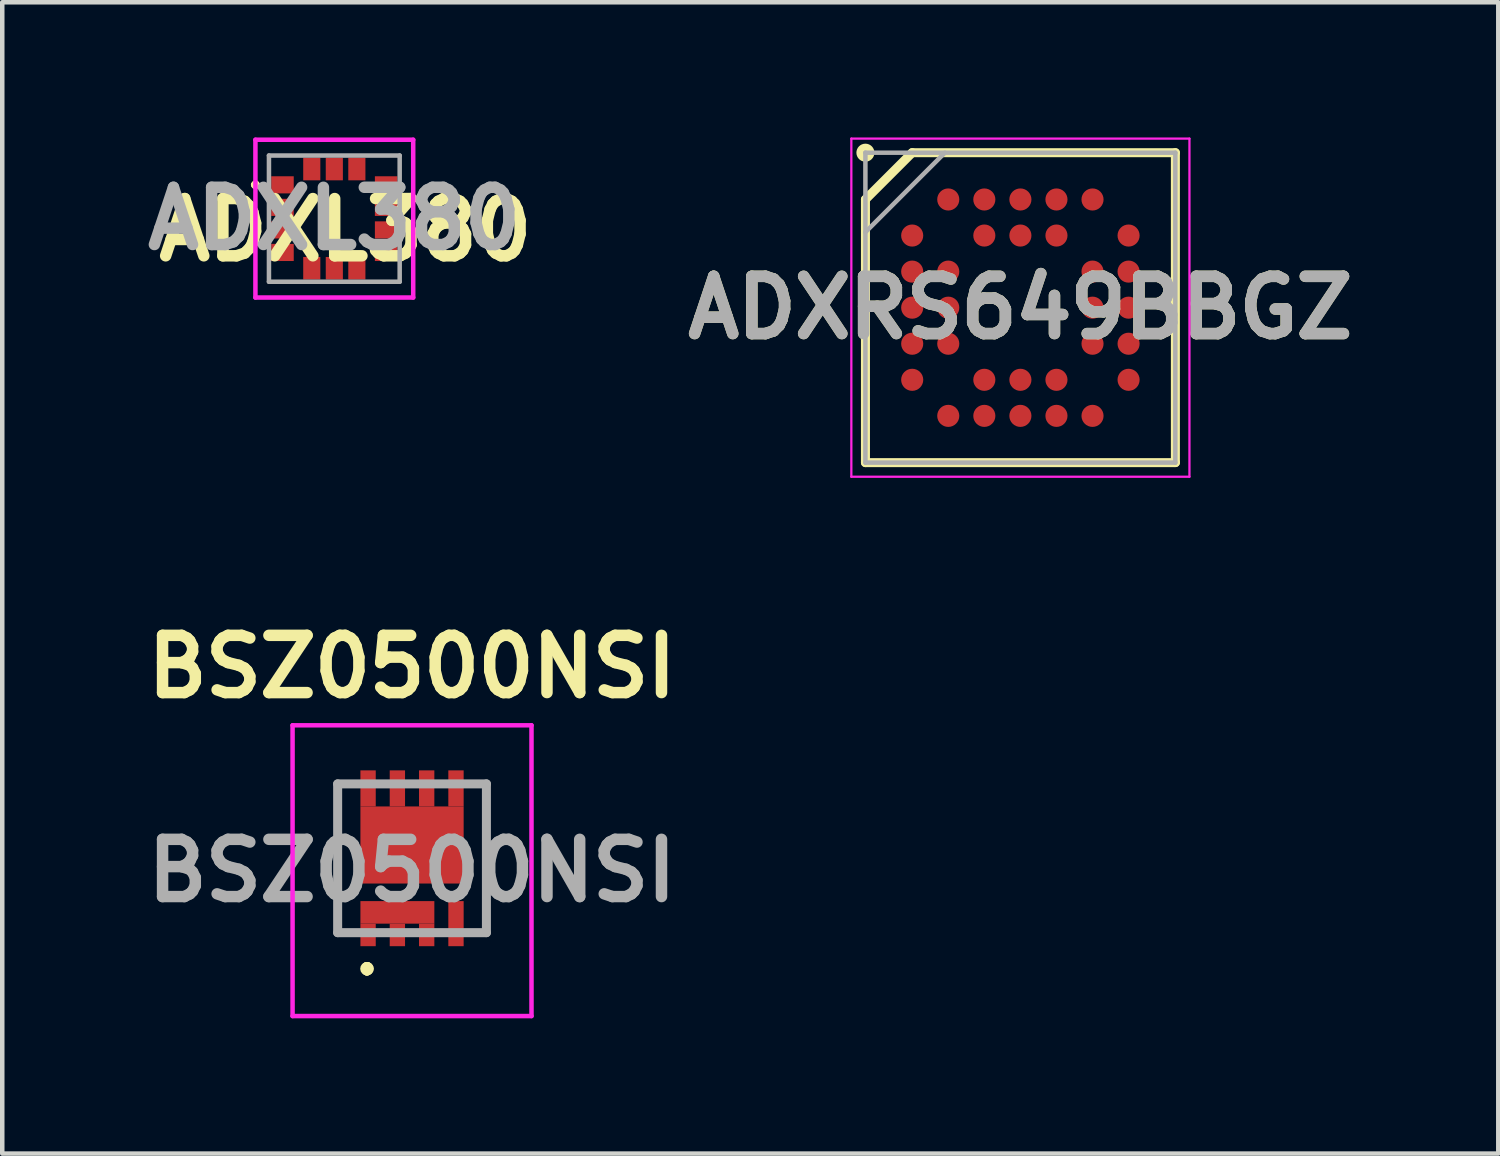
<source format=kicad_pcb>
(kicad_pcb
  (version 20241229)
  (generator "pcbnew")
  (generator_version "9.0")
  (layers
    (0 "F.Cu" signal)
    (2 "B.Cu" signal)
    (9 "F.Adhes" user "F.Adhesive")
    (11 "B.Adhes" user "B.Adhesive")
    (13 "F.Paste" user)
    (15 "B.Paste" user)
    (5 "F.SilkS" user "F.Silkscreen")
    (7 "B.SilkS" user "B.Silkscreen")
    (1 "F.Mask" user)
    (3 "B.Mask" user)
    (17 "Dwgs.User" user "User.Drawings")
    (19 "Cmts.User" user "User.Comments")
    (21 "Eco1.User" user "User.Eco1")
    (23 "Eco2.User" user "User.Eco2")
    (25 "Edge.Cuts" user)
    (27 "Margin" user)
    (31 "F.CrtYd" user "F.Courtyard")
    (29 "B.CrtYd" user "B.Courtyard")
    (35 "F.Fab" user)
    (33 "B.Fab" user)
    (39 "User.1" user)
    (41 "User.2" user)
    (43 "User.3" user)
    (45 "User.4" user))
  (footprint "ADXRS649BBGZ"
    (layer "F.Cu")
    (at 19.585 3.775)
    (property "Reference" "ADXRS649BBGZ" (at 0 0 0) (layer "F.SilkS") (effects (font (size 1.27 1.27) (thickness 0.254))))
    (attr smd)
    (fp_line (start -3.437 -2.401) (end -2.399 -3.439) (stroke (width 0.2) (type solid)) (layer "F.SilkS"))
    (fp_line (start -3.437 3.437) (end -3.437 -2.401) (stroke (width 0.2) (type solid)) (layer "F.SilkS"))
    (fp_line (start -2.4 -3.438) (end 3.438 -3.438) (stroke (width 0.2) (type solid)) (layer "F.SilkS"))
    (fp_line (start 3.438 -3.438) (end 3.438 3.437) (stroke (width 0.2) (type solid)) (layer "F.SilkS"))
    (fp_line (start 3.438 3.437) (end -3.437 3.437) (stroke (width 0.2) (type solid)) (layer "F.SilkS"))
    (fp_circle (center -3.438 -3.438) (end -3.438 -3.338) (stroke (width 0.2) (type solid)) (fill no) (layer "F.SilkS"))
    (fp_line (start -3.75 -3.75) (end 3.75 -3.75) (stroke (width 0.05) (type solid)) (layer "F.CrtYd"))
    (fp_line (start -3.75 3.75) (end -3.75 -3.75) (stroke (width 0.05) (type solid)) (layer "F.CrtYd"))
    (fp_line (start 3.75 -3.75) (end 3.75 3.75) (stroke (width 0.05) (type solid)) (layer "F.CrtYd"))
    (fp_line (start 3.75 3.75) (end -3.75 3.75) (stroke (width 0.05) (type solid)) (layer "F.CrtYd"))
    (fp_line (start -3.438 -3.438) (end 3.437 -3.438) (stroke (width 0.1) (type solid)) (layer "F.Fab"))
    (fp_line (start -3.438 -1.675) (end -1.676 -3.437) (stroke (width 0.1) (type solid)) (layer "F.Fab"))
    (fp_line (start -3.438 3.437) (end -3.438 -3.438) (stroke (width 0.1) (type solid)) (layer "F.Fab"))
    (fp_line (start 3.437 -3.438) (end 3.437 3.437) (stroke (width 0.1) (type solid)) (layer "F.Fab"))
    (fp_line (start 3.437 3.437) (end -3.438 3.437) (stroke (width 0.1) (type solid)) (layer "F.Fab"))
    (fp_text user "${REFERENCE}" (at 0 0 0) (layer "F.Fab") (effects (font (size 1.27 1.27) (thickness 0.254))))
    (pad "A2" smd circle (at -1.6 -2.4 90) (size 0.49 0.49) (layers "F.Cu" "F.Mask" "F.Paste"))
    (pad "A3" smd circle (at -0.8 -2.4 90) (size 0.49 0.49) (layers "F.Cu" "F.Mask" "F.Paste"))
    (pad "A4" smd circle (at 0 -2.4 90) (size 0.49 0.49) (layers "F.Cu" "F.Mask" "F.Paste"))
    (pad "A5" smd circle (at 0.8 -2.4 90) (size 0.49 0.49) (layers "F.Cu" "F.Mask" "F.Paste"))
    (pad "A6" smd circle (at 1.6 -2.4 90) (size 0.49 0.49) (layers "F.Cu" "F.Mask" "F.Paste"))
    (pad "B1" smd circle (at -2.4 -1.6 90) (size 0.49 0.49) (layers "F.Cu" "F.Mask" "F.Paste"))
    (pad "B3" smd circle (at -0.8 -1.6 90) (size 0.49 0.49) (layers "F.Cu" "F.Mask" "F.Paste"))
    (pad "B4" smd circle (at 0 -1.6 90) (size 0.49 0.49) (layers "F.Cu" "F.Mask" "F.Paste"))
    (pad "B5" smd circle (at 0.8 -1.6 90) (size 0.49 0.49) (layers "F.Cu" "F.Mask" "F.Paste"))
    (pad "B7" smd circle (at 2.4 -1.6 90) (size 0.49 0.49) (layers "F.Cu" "F.Mask" "F.Paste"))
    (pad "C1" smd circle (at -2.4 -0.8 90) (size 0.49 0.49) (layers "F.Cu" "F.Mask" "F.Paste"))
    (pad "C2" smd circle (at -1.6 -0.8 90) (size 0.49 0.49) (layers "F.Cu" "F.Mask" "F.Paste"))
    (pad "C6" smd circle (at 1.6 -0.8 90) (size 0.49 0.49) (layers "F.Cu" "F.Mask" "F.Paste"))
    (pad "C7" smd circle (at 2.4 -0.8 90) (size 0.49 0.49) (layers "F.Cu" "F.Mask" "F.Paste"))
    (pad "D1" smd circle (at -2.4 0 90) (size 0.49 0.49) (layers "F.Cu" "F.Mask" "F.Paste"))
    (pad "D2" smd circle (at -1.6 0 90) (size 0.49 0.49) (layers "F.Cu" "F.Mask" "F.Paste"))
    (pad "D6" smd circle (at 1.6 0 90) (size 0.49 0.49) (layers "F.Cu" "F.Mask" "F.Paste"))
    (pad "D7" smd circle (at 2.4 0 90) (size 0.49 0.49) (layers "F.Cu" "F.Mask" "F.Paste"))
    (pad "E1" smd circle (at -2.4 0.8 90) (size 0.49 0.49) (layers "F.Cu" "F.Mask" "F.Paste"))
    (pad "E2" smd circle (at -1.6 0.8 90) (size 0.49 0.49) (layers "F.Cu" "F.Mask" "F.Paste"))
    (pad "E6" smd circle (at 1.6 0.8 90) (size 0.49 0.49) (layers "F.Cu" "F.Mask" "F.Paste"))
    (pad "E7" smd circle (at 2.4 0.8 90) (size 0.49 0.49) (layers "F.Cu" "F.Mask" "F.Paste"))
    (pad "F1" smd circle (at -2.4 1.6 90) (size 0.49 0.49) (layers "F.Cu" "F.Mask" "F.Paste"))
    (pad "F3" smd circle (at -0.8 1.6 90) (size 0.49 0.49) (layers "F.Cu" "F.Mask" "F.Paste"))
    (pad "F4" smd circle (at 0 1.6 90) (size 0.49 0.49) (layers "F.Cu" "F.Mask" "F.Paste"))
    (pad "F5" smd circle (at 0.8 1.6 90) (size 0.49 0.49) (layers "F.Cu" "F.Mask" "F.Paste"))
    (pad "F7" smd circle (at 2.4 1.6 90) (size 0.49 0.49) (layers "F.Cu" "F.Mask" "F.Paste"))
    (pad "G2" smd circle (at -1.6 2.4 90) (size 0.49 0.49) (layers "F.Cu" "F.Mask" "F.Paste"))
    (pad "G3" smd circle (at -0.8 2.4 90) (size 0.49 0.49) (layers "F.Cu" "F.Mask" "F.Paste"))
    (pad "G4" smd circle (at 0 2.4 90) (size 0.49 0.49) (layers "F.Cu" "F.Mask" "F.Paste"))
    (pad "G5" smd circle (at 0.8 2.4 90) (size 0.49 0.49) (layers "F.Cu" "F.Mask" "F.Paste"))
    (pad "G6" smd circle (at 1.6 2.4 90) (size 0.49 0.49) (layers "F.Cu" "F.Mask" "F.Paste")))
  (footprint "BSZ0500NSI"
    (layer "F.Cu")
    (at 6.09 15.989)
    (property "Reference" "BSZ0500NSI" (at 0 -4.25 0) (layer "F.SilkS") (effects (font (size 1.27 1.27) (thickness 0.254))))
    (attr smd)
    (fp_line (start -1.65 -1.65) (end -1.65 -1.65) (stroke (width 0.1) (type solid)) (layer "F.SilkS"))
    (fp_line (start -1.65 -1.65) (end -1.65 1.65) (stroke (width 0.1) (type solid)) (layer "F.SilkS"))
    (fp_line (start -1.65 1.65) (end -1.65 -1.65) (stroke (width 0.1) (type solid)) (layer "F.SilkS"))
    (fp_line (start -1.65 1.65) (end -1.65 1.65) (stroke (width 0.1) (type solid)) (layer "F.SilkS"))
    (fp_line (start -1 2.4) (end -1 2.4) (stroke (width 0.2) (type solid)) (layer "F.SilkS"))
    (fp_line (start -1 2.5) (end -1 2.5) (stroke (width 0.2) (type solid)) (layer "F.SilkS"))
    (fp_line (start -1 2.5) (end -1 2.5) (stroke (width 0.2) (type solid)) (layer "F.SilkS"))
    (fp_line (start 1.65 -1.65) (end 1.65 -1.65) (stroke (width 0.1) (type solid)) (layer "F.SilkS"))
    (fp_line (start 1.65 -1.65) (end 1.65 1.65) (stroke (width 0.1) (type solid)) (layer "F.SilkS"))
    (fp_line (start 1.65 1.65) (end 1.65 -1.65) (stroke (width 0.1) (type solid)) (layer "F.SilkS"))
    (fp_line (start 1.65 1.65) (end 1.65 1.65) (stroke (width 0.1) (type solid)) (layer "F.SilkS"))
    (fp_arc (start -1 2.4) (mid -0.95 2.45) (end -1 2.5) (stroke (width 0.2) (type solid)) (layer "F.SilkS"))
    (fp_arc (start -1 2.4) (mid -0.95 2.45) (end -1 2.5) (stroke (width 0.2) (type solid)) (layer "F.SilkS"))
    (fp_arc (start -1 2.5) (mid -1.05 2.45) (end -1 2.4) (stroke (width 0.2) (type solid)) (layer "F.SilkS"))
    (fp_line (start -2.65 -2.95) (end 2.65 -2.95) (stroke (width 0.1) (type solid)) (layer "F.CrtYd"))
    (fp_line (start -2.65 3.5) (end -2.65 -2.95) (stroke (width 0.1) (type solid)) (layer "F.CrtYd"))
    (fp_line (start 2.65 -2.95) (end 2.65 3.5) (stroke (width 0.1) (type solid)) (layer "F.CrtYd"))
    (fp_line (start 2.65 3.5) (end -2.65 3.5) (stroke (width 0.1) (type solid)) (layer "F.CrtYd"))
    (fp_line (start -1.65 -1.65) (end -1.65 1.65) (stroke (width 0.2) (type solid)) (layer "F.Fab"))
    (fp_line (start -1.65 1.65) (end 1.65 1.65) (stroke (width 0.2) (type solid)) (layer "F.Fab"))
    (fp_line (start 1.65 -1.65) (end -1.65 -1.65) (stroke (width 0.2) (type solid)) (layer "F.Fab"))
    (fp_line (start 1.65 1.65) (end 1.65 -1.65) (stroke (width 0.2) (type solid)) (layer "F.Fab"))
    (fp_text user "${REFERENCE}" (at 0 0.275 0) (layer "F.Fab") (effects (font (size 1.27 1.27) (thickness 0.254))))
    (pad "D" smd rect (at -0.975 -1.55) (size 0.34 0.8) (layers "F.Cu" "F.Mask" "F.Paste"))
    (pad "D" smd rect (at -0.325 -1.55) (size 0.34 0.8) (layers "F.Cu" "F.Mask" "F.Paste"))
    (pad "D" smd rect (at 0 -0.295 90) (size 1.71 2.29) (layers "F.Cu" "F.Mask" "F.Paste"))
    (pad "D" smd rect (at 0.325 -1.55) (size 0.34 0.8) (layers "F.Cu" "F.Mask" "F.Paste"))
    (pad "D" smd rect (at 0.975 -1.55) (size 0.34 0.8) (layers "F.Cu" "F.Mask" "F.Paste"))
    (pad "G" smd rect (at 0.975 1.45) (size 0.34 1) (layers "F.Cu" "F.Mask" "F.Paste"))
    (pad "S" smd rect (at -0.975 1.7) (size 0.34 0.5) (layers "F.Cu" "F.Mask" "F.Paste"))
    (pad "S" smd rect (at -0.325 1.2 90) (size 0.5 1.64) (layers "F.Cu" "F.Mask" "F.Paste"))
    (pad "S" smd rect (at -0.325 1.7) (size 0.34 0.5) (layers "F.Cu" "F.Mask" "F.Paste"))
    (pad "S" smd rect (at 0.325 1.7) (size 0.34 0.5) (layers "F.Cu" "F.Mask" "F.Paste")))
  (footprint "ADXL380"
    (layer "F.Cu")
    (at 4.366 1.8)
    (property "Reference" "ADXL380" (at 0.25 0.25 0) (layer "F.SilkS") (effects (font (size 1.27 1.27) (thickness 0.254))))
    (attr smd)
    (fp_line (start -1.8 -0.75) (end -1.8 -0.75) (stroke (width 0.1) (type solid)) (layer "F.SilkS"))
    (fp_line (start -1.7 -0.75) (end -1.7 -0.75) (stroke (width 0.1) (type solid)) (layer "F.SilkS"))
    (fp_arc (start -1.8 -0.75) (mid -1.75 -0.8) (end -1.7 -0.75) (stroke (width 0.1) (type solid)) (layer "F.SilkS"))
    (fp_arc (start -1.7 -0.75) (mid -1.75 -0.7) (end -1.8 -0.75) (stroke (width 0.1) (type solid)) (layer "F.SilkS"))
    (fp_line (start -1.75 -1.75) (end 1.75 -1.75) (stroke (width 0.1) (type solid)) (layer "F.CrtYd"))
    (fp_line (start -1.75 1.75) (end -1.75 -1.75) (stroke (width 0.1) (type solid)) (layer "F.CrtYd"))
    (fp_line (start 1.75 -1.75) (end 1.75 1.75) (stroke (width 0.1) (type solid)) (layer "F.CrtYd"))
    (fp_line (start 1.75 1.75) (end -1.75 1.75) (stroke (width 0.1) (type solid)) (layer "F.CrtYd"))
    (fp_line (start -1.45 -1.4) (end 1.45 -1.4) (stroke (width 0.1) (type solid)) (layer "F.Fab"))
    (fp_line (start -1.45 1.4) (end -1.45 -1.4) (stroke (width 0.1) (type solid)) (layer "F.Fab"))
    (fp_line (start 1.45 -1.4) (end 1.45 1.4) (stroke (width 0.1) (type solid)) (layer "F.Fab"))
    (fp_line (start 1.45 1.4) (end -1.45 1.4) (stroke (width 0.1) (type solid)) (layer "F.Fab"))
    (fp_text user "${REFERENCE}" (at 0 0 0) (layer "F.Fab") (effects (font (size 1.27 1.27) (thickness 0.254))))
    (pad "1" smd rect (at -1.15 -0.75 90) (size 0.38 0.5) (layers "F.Cu" "F.Mask" "F.Paste"))
    (pad "2" smd rect (at -1.15 -0.25 90) (size 0.38 0.5) (layers "F.Cu" "F.Mask" "F.Paste"))
    (pad "3" smd rect (at -1.15 0.25 90) (size 0.38 0.5) (layers "F.Cu" "F.Mask" "F.Paste"))
    (pad "4" smd rect (at -1.15 0.75 90) (size 0.38 0.5) (layers "F.Cu" "F.Mask" "F.Paste"))
    (pad "5" smd rect (at -0.5 1.1) (size 0.38 0.5) (layers "F.Cu" "F.Mask" "F.Paste"))
    (pad "6" smd rect (at 0 1.1) (size 0.38 0.5) (layers "F.Cu" "F.Mask" "F.Paste"))
    (pad "7" smd rect (at 0.5 1.1) (size 0.38 0.5) (layers "F.Cu" "F.Mask" "F.Paste"))
    (pad "8" smd rect (at 1.15 0.75 90) (size 0.38 0.5) (layers "F.Cu" "F.Mask" "F.Paste"))
    (pad "9" smd rect (at 1.15 0.25 90) (size 0.38 0.5) (layers "F.Cu" "F.Mask" "F.Paste"))
    (pad "10" smd rect (at 1.15 -0.25 90) (size 0.38 0.5) (layers "F.Cu" "F.Mask" "F.Paste"))
    (pad "11" smd rect (at 1.15 -0.75 90) (size 0.38 0.5) (layers "F.Cu" "F.Mask" "F.Paste"))
    (pad "12" smd rect (at 0.5 -1.1) (size 0.38 0.5) (layers "F.Cu" "F.Mask" "F.Paste"))
    (pad "13" smd rect (at 0 -1.1) (size 0.38 0.5) (layers "F.Cu" "F.Mask" "F.Paste"))
    (pad "14" smd rect (at -0.5 -1.1) (size 0.38 0.5) (layers "F.Cu" "F.Mask" "F.Paste")))
  (gr_rect
    (start -3 -3)
    (end 30.186 22.539)
    (stroke (width 0.1) (type default))
    (fill no)
    (layer "Edge.Cuts")))
</source>
